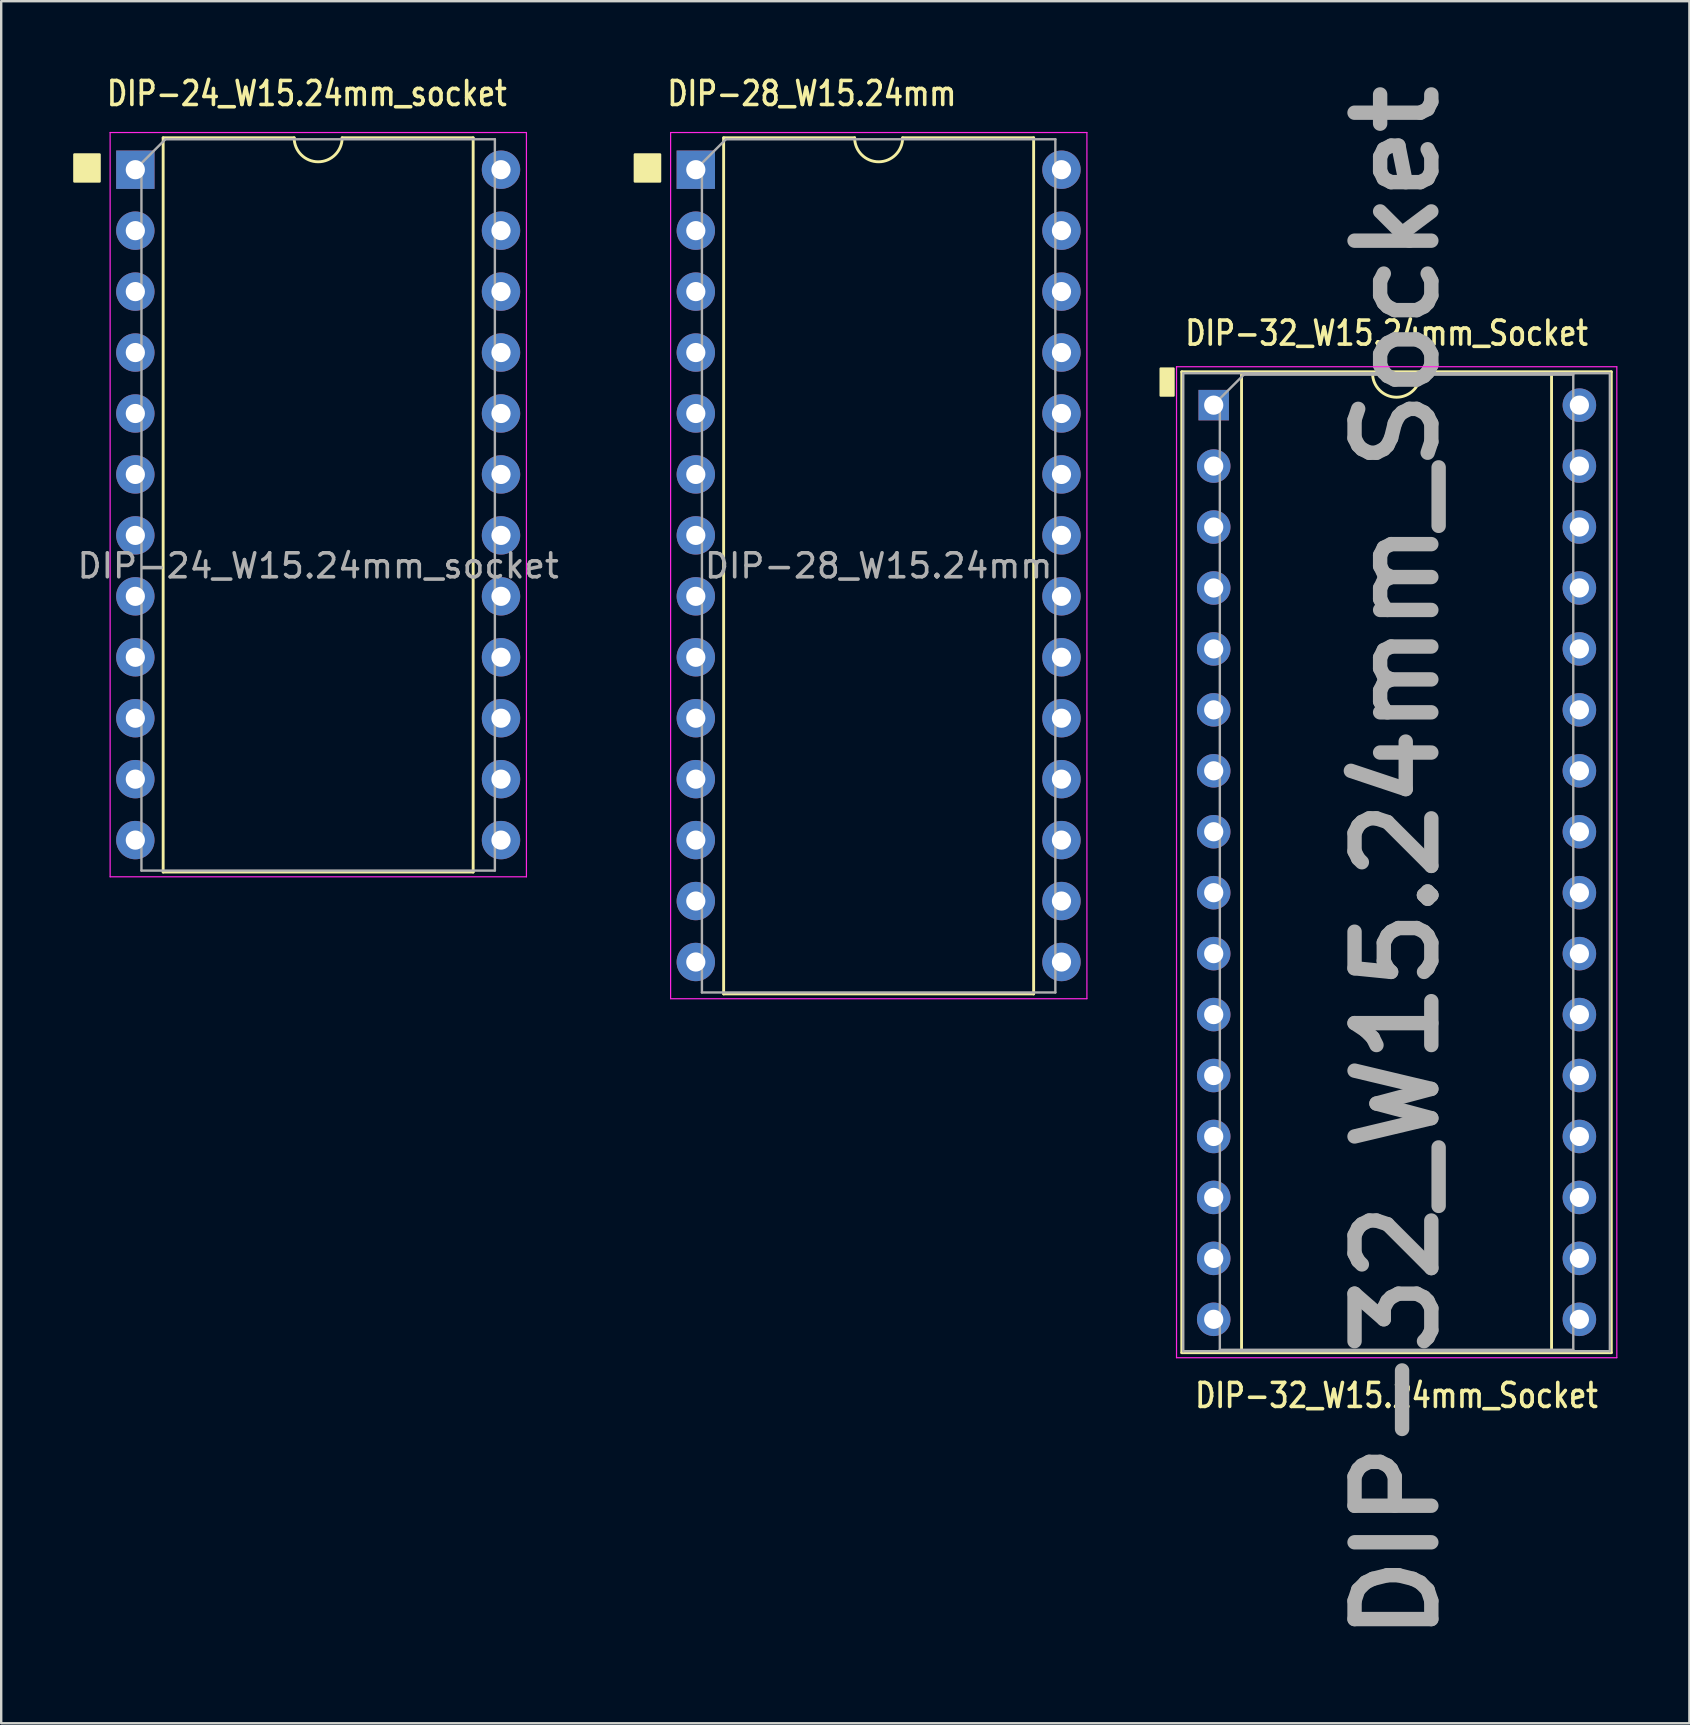
<source format=kicad_pcb>
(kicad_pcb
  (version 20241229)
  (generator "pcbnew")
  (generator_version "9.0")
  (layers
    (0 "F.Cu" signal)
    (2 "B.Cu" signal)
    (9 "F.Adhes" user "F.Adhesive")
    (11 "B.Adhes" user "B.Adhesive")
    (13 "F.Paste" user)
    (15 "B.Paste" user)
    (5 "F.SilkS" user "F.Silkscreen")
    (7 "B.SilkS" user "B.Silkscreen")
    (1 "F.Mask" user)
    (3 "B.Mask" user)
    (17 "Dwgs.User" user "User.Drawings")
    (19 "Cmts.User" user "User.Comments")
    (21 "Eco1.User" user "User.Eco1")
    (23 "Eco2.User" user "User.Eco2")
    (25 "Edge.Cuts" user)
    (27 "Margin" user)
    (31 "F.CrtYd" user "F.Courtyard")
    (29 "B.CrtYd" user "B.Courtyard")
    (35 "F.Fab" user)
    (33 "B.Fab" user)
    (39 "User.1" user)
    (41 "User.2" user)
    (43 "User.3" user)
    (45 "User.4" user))
  (footprint "DIP-28_W15.24mm"
    (layer "F.Cu")
    (at 25.949 4.023)
    (property "Reference" "DIP-28_W15.24mm" (at -1.27 -3.175 180) (layer "F.SilkS") (effects (font (size 1 0.83) (thickness 0.15)) (justify left)))
    (attr through_hole)
    (fp_line (start 1.16 -1.33) (end 1.16 34.35) (stroke (width 0.12) (type solid)) (layer "F.SilkS"))
    (fp_line (start 1.16 34.35) (end 14.08 34.35) (stroke (width 0.12) (type solid)) (layer "F.SilkS"))
    (fp_line (start 6.62 -1.33) (end 1.16 -1.33) (stroke (width 0.12) (type solid)) (layer "F.SilkS"))
    (fp_line (start 14.08 -1.33) (end 8.62 -1.33) (stroke (width 0.12) (type solid)) (layer "F.SilkS"))
    (fp_line (start 14.08 34.35) (end 14.08 -1.33) (stroke (width 0.12) (type solid)) (layer "F.SilkS"))
    (fp_arc (start 8.62 -1.33) (mid 7.62 -0.33) (end 6.62 -1.33) (stroke (width 0.12) (type solid)) (layer "F.SilkS"))
    (fp_poly (pts (xy -2.54 -0.635) (xy -2.54 0.49) (xy -1.49 0.49) (xy -1.49 -0.635)) (stroke (width 0.1) (type solid)) (fill yes) (layer "F.SilkS"))
    (fp_line (start -1.05 -1.55) (end -1.05 34.55) (stroke (width 0.05) (type solid)) (layer "F.CrtYd"))
    (fp_line (start -1.05 34.55) (end 16.3 34.55) (stroke (width 0.05) (type solid)) (layer "F.CrtYd"))
    (fp_line (start 16.3 -1.55) (end -1.05 -1.55) (stroke (width 0.05) (type solid)) (layer "F.CrtYd"))
    (fp_line (start 16.3 34.55) (end 16.3 -1.55) (stroke (width 0.05) (type solid)) (layer "F.CrtYd"))
    (fp_line (start 0.255 -0.27) (end 1.255 -1.27) (stroke (width 0.1) (type solid)) (layer "F.Fab"))
    (fp_line (start 0.255 34.29) (end 0.255 -0.27) (stroke (width 0.1) (type solid)) (layer "F.Fab"))
    (fp_line (start 1.255 -1.27) (end 14.985 -1.27) (stroke (width 0.1) (type solid)) (layer "F.Fab"))
    (fp_line (start 14.985 -1.27) (end 14.985 34.29) (stroke (width 0.1) (type solid)) (layer "F.Fab"))
    (fp_line (start 14.985 34.29) (end 0.255 34.29) (stroke (width 0.1) (type solid)) (layer "F.Fab"))
    (fp_text user "${REFERENCE}" (at 7.62 16.51 0) (layer "F.Fab") (effects (font (size 1 1) (thickness 0.15))))
    (pad "1" thru_hole rect (at 0 0) (size 1.6 1.6) (drill 0.8) (layers "*.Cu" "*.Mask"))
    (pad "2" thru_hole oval (at 0 2.54) (size 1.6 1.6) (drill 0.8) (layers "*.Cu" "*.Mask"))
    (pad "3" thru_hole oval (at 0 5.08) (size 1.6 1.6) (drill 0.8) (layers "*.Cu" "*.Mask"))
    (pad "4" thru_hole oval (at 0 7.62) (size 1.6 1.6) (drill 0.8) (layers "*.Cu" "*.Mask"))
    (pad "5" thru_hole oval (at 0 10.16) (size 1.6 1.6) (drill 0.8) (layers "*.Cu" "*.Mask"))
    (pad "6" thru_hole oval (at 0 12.7) (size 1.6 1.6) (drill 0.8) (layers "*.Cu" "*.Mask"))
    (pad "7" thru_hole oval (at 0 15.24) (size 1.6 1.6) (drill 0.8) (layers "*.Cu" "*.Mask"))
    (pad "8" thru_hole oval (at 0 17.78) (size 1.6 1.6) (drill 0.8) (layers "*.Cu" "*.Mask"))
    (pad "9" thru_hole oval (at 0 20.32) (size 1.6 1.6) (drill 0.8) (layers "*.Cu" "*.Mask"))
    (pad "10" thru_hole oval (at 0 22.86) (size 1.6 1.6) (drill 0.8) (layers "*.Cu" "*.Mask"))
    (pad "11" thru_hole oval (at 0 25.4) (size 1.6 1.6) (drill 0.8) (layers "*.Cu" "*.Mask"))
    (pad "12" thru_hole oval (at 0 27.94) (size 1.6 1.6) (drill 0.8) (layers "*.Cu" "*.Mask"))
    (pad "13" thru_hole oval (at 0 30.48) (size 1.6 1.6) (drill 0.8) (layers "*.Cu" "*.Mask"))
    (pad "14" thru_hole oval (at 0 33.02) (size 1.6 1.6) (drill 0.8) (layers "*.Cu" "*.Mask"))
    (pad "15" thru_hole oval (at 15.24 33.02) (size 1.6 1.6) (drill 0.8) (layers "*.Cu" "*.Mask"))
    (pad "16" thru_hole oval (at 15.24 30.48) (size 1.6 1.6) (drill 0.8) (layers "*.Cu" "*.Mask"))
    (pad "17" thru_hole oval (at 15.24 27.94) (size 1.6 1.6) (drill 0.8) (layers "*.Cu" "*.Mask"))
    (pad "18" thru_hole oval (at 15.24 25.4) (size 1.6 1.6) (drill 0.8) (layers "*.Cu" "*.Mask"))
    (pad "19" thru_hole oval (at 15.24 22.86) (size 1.6 1.6) (drill 0.8) (layers "*.Cu" "*.Mask"))
    (pad "20" thru_hole oval (at 15.24 20.32) (size 1.6 1.6) (drill 0.8) (layers "*.Cu" "*.Mask"))
    (pad "21" thru_hole oval (at 15.24 17.78) (size 1.6 1.6) (drill 0.8) (layers "*.Cu" "*.Mask"))
    (pad "22" thru_hole oval (at 15.24 15.24) (size 1.6 1.6) (drill 0.8) (layers "*.Cu" "*.Mask"))
    (pad "23" thru_hole oval (at 15.24 12.7) (size 1.6 1.6) (drill 0.8) (layers "*.Cu" "*.Mask"))
    (pad "24" thru_hole oval (at 15.24 10.16) (size 1.6 1.6) (drill 0.8) (layers "*.Cu" "*.Mask"))
    (pad "25" thru_hole oval (at 15.24 7.62) (size 1.6 1.6) (drill 0.8) (layers "*.Cu" "*.Mask"))
    (pad "26" thru_hole oval (at 15.24 5.08) (size 1.6 1.6) (drill 0.8) (layers "*.Cu" "*.Mask"))
    (pad "27" thru_hole oval (at 15.24 2.54) (size 1.6 1.6) (drill 0.8) (layers "*.Cu" "*.Mask"))
    (pad "28" thru_hole oval (at 15.24 0) (size 1.6 1.6) (drill 0.8) (layers "*.Cu" "*.Mask")))
  (footprint "DIP-32_W15.24mm_Socket"
    (layer "F.Cu")
    (at 47.534 13.835)
    (property "Reference" "DIP-32_W15.24mm_Socket" (at -1.27 -3 0) (layer "F.SilkS") (effects (font (size 1 0.83) (thickness 0.15)) (justify left)))
    (property "Value" "DIP-32_W15.24mm_Socket" (at 7.62 41.275 0) (layer "F.Fab") (hide yes) (effects (font (size 1 0.83) (thickness 0.15))))
    (attr through_hole)
    (fp_line (start -1.33 -1.39) (end -1.33 39.49) (stroke (width 0.12) (type solid)) (layer "F.SilkS"))
    (fp_line (start -1.33 39.49) (end 16.57 39.49) (stroke (width 0.12) (type solid)) (layer "F.SilkS"))
    (fp_line (start 1.16 -1.33) (end 1.16 39.43) (stroke (width 0.12) (type solid)) (layer "F.SilkS"))
    (fp_line (start 1.16 39.43) (end 14.08 39.43) (stroke (width 0.12) (type solid)) (layer "F.SilkS"))
    (fp_line (start 6.62 -1.33) (end 1.16 -1.33) (stroke (width 0.12) (type solid)) (layer "F.SilkS"))
    (fp_line (start 14.08 -1.33) (end 8.62 -1.33) (stroke (width 0.12) (type solid)) (layer "F.SilkS"))
    (fp_line (start 14.08 39.43) (end 14.08 -1.33) (stroke (width 0.12) (type solid)) (layer "F.SilkS"))
    (fp_line (start 16.57 -1.39) (end -1.33 -1.39) (stroke (width 0.12) (type solid)) (layer "F.SilkS"))
    (fp_line (start 16.57 39.49) (end 16.57 -1.39) (stroke (width 0.12) (type solid)) (layer "F.SilkS"))
    (fp_arc (start 8.62 -1.33) (mid 7.62 -0.33) (end 6.62 -1.33) (stroke (width 0.12) (type solid)) (layer "F.SilkS"))
    (fp_poly (pts (xy -2.21 -1.524) (xy -2.21 -0.399) (xy -1.676 -0.399) (xy -1.676 -1.524)) (stroke (width 0.1) (type solid)) (fill yes) (layer "F.SilkS"))
    (fp_line (start -1.55 -1.6) (end -1.55 39.7) (stroke (width 0.05) (type solid)) (layer "F.CrtYd"))
    (fp_line (start -1.55 39.7) (end 16.8 39.7) (stroke (width 0.05) (type solid)) (layer "F.CrtYd"))
    (fp_line (start 16.8 -1.6) (end -1.55 -1.6) (stroke (width 0.05) (type solid)) (layer "F.CrtYd"))
    (fp_line (start 16.8 39.7) (end 16.8 -1.6) (stroke (width 0.05) (type solid)) (layer "F.CrtYd"))
    (fp_line (start -1.27 -1.33) (end -1.27 39.43) (stroke (width 0.1) (type solid)) (layer "F.Fab"))
    (fp_line (start -1.27 39.43) (end 16.51 39.43) (stroke (width 0.1) (type solid)) (layer "F.Fab"))
    (fp_line (start 0.255 -0.27) (end 1.255 -1.27) (stroke (width 0.1) (type solid)) (layer "F.Fab"))
    (fp_line (start 0.255 39.37) (end 0.255 -0.27) (stroke (width 0.1) (type solid)) (layer "F.Fab"))
    (fp_line (start 1.255 -1.27) (end 14.985 -1.27) (stroke (width 0.1) (type solid)) (layer "F.Fab"))
    (fp_line (start 14.985 -1.27) (end 14.985 39.37) (stroke (width 0.1) (type solid)) (layer "F.Fab"))
    (fp_line (start 14.985 39.37) (end 0.255 39.37) (stroke (width 0.1) (type solid)) (layer "F.Fab"))
    (fp_line (start 16.51 -1.33) (end -1.27 -1.33) (stroke (width 0.1) (type solid)) (layer "F.Fab"))
    (fp_line (start 16.51 39.43) (end 16.51 -1.33) (stroke (width 0.1) (type solid)) (layer "F.Fab"))
    (fp_text user "${VALUE}" (at 7.62 41.275 0) (layer "F.SilkS") (effects (font (size 1 0.83) (thickness 0.15))))
    (fp_text user "${REFERENCE}" (at 7.62 19.05 90) (layer "F.Fab") (effects (font (size 3.2 3.2) (thickness 0.6))))
    (pad "1" thru_hole rect (at 0 0) (size 1.27 1.27) (drill 0.8) (layers "*.Cu" "*.Mask"))
    (pad "2" thru_hole oval (at 0 2.54) (size 1.397 1.397) (drill 0.8) (layers "*.Cu" "*.Mask"))
    (pad "3" thru_hole oval (at 0 5.08) (size 1.397 1.397) (drill 0.8) (layers "*.Cu" "*.Mask"))
    (pad "4" thru_hole oval (at 0 7.62) (size 1.397 1.397) (drill 0.8) (layers "*.Cu" "*.Mask"))
    (pad "5" thru_hole oval (at 0 10.16) (size 1.397 1.397) (drill 0.8) (layers "*.Cu" "*.Mask"))
    (pad "6" thru_hole oval (at 0 12.7) (size 1.397 1.397) (drill 0.8) (layers "*.Cu" "*.Mask"))
    (pad "7" thru_hole oval (at 0 15.24) (size 1.397 1.397) (drill 0.8) (layers "*.Cu" "*.Mask"))
    (pad "8" thru_hole oval (at 0 17.78) (size 1.397 1.397) (drill 0.8) (layers "*.Cu" "*.Mask"))
    (pad "9" thru_hole oval (at 0 20.32) (size 1.397 1.397) (drill 0.8) (layers "*.Cu" "*.Mask"))
    (pad "10" thru_hole oval (at 0 22.86) (size 1.397 1.397) (drill 0.8) (layers "*.Cu" "*.Mask"))
    (pad "11" thru_hole oval (at 0 25.4) (size 1.397 1.397) (drill 0.8) (layers "*.Cu" "*.Mask"))
    (pad "12" thru_hole oval (at 0 27.94) (size 1.397 1.397) (drill 0.8) (layers "*.Cu" "*.Mask"))
    (pad "13" thru_hole oval (at 0 30.48) (size 1.397 1.397) (drill 0.8) (layers "*.Cu" "*.Mask"))
    (pad "14" thru_hole oval (at 0 33.02) (size 1.397 1.397) (drill 0.8) (layers "*.Cu" "*.Mask"))
    (pad "15" thru_hole oval (at 0 35.56) (size 1.397 1.397) (drill 0.8) (layers "*.Cu" "*.Mask"))
    (pad "16" thru_hole oval (at 0 38.1) (size 1.397 1.397) (drill 0.8) (layers "*.Cu" "*.Mask"))
    (pad "17" thru_hole oval (at 15.24 38.1) (size 1.397 1.397) (drill 0.8) (layers "*.Cu" "*.Mask"))
    (pad "18" thru_hole oval (at 15.24 35.56) (size 1.397 1.397) (drill 0.8) (layers "*.Cu" "*.Mask"))
    (pad "19" thru_hole oval (at 15.24 33.02) (size 1.397 1.397) (drill 0.8) (layers "*.Cu" "*.Mask"))
    (pad "20" thru_hole oval (at 15.24 30.48) (size 1.397 1.397) (drill 0.8) (layers "*.Cu" "*.Mask"))
    (pad "21" thru_hole oval (at 15.24 27.94) (size 1.397 1.397) (drill 0.8) (layers "*.Cu" "*.Mask"))
    (pad "22" thru_hole oval (at 15.24 25.4) (size 1.397 1.397) (drill 0.8) (layers "*.Cu" "*.Mask"))
    (pad "23" thru_hole oval (at 15.24 22.86) (size 1.397 1.397) (drill 0.8) (layers "*.Cu" "*.Mask"))
    (pad "24" thru_hole oval (at 15.24 20.32) (size 1.397 1.397) (drill 0.8) (layers "*.Cu" "*.Mask"))
    (pad "25" thru_hole oval (at 15.24 17.78) (size 1.397 1.397) (drill 0.8) (layers "*.Cu" "*.Mask"))
    (pad "26" thru_hole oval (at 15.24 15.24) (size 1.397 1.397) (drill 0.8) (layers "*.Cu" "*.Mask"))
    (pad "27" thru_hole oval (at 15.24 12.7) (size 1.397 1.397) (drill 0.8) (layers "*.Cu" "*.Mask"))
    (pad "28" thru_hole oval (at 15.24 10.16) (size 1.397 1.397) (drill 0.8) (layers "*.Cu" "*.Mask"))
    (pad "29" thru_hole oval (at 15.24 7.62) (size 1.397 1.397) (drill 0.8) (layers "*.Cu" "*.Mask"))
    (pad "30" thru_hole oval (at 15.24 5.08) (size 1.397 1.397) (drill 0.8) (layers "*.Cu" "*.Mask"))
    (pad "31" thru_hole oval (at 15.24 2.54) (size 1.397 1.397) (drill 0.8) (layers "*.Cu" "*.Mask"))
    (pad "32" thru_hole oval (at 15.24 0) (size 1.397 1.397) (drill 0.8) (layers "*.Cu" "*.Mask")))
  (footprint "DIP-24_W15.24mm_socket"
    (layer "F.Cu")
    (at 2.59 4.023)
    (property "Reference" "DIP-24_W15.24mm_socket" (at -1.27 -3.175 180) (layer "F.SilkS") (effects (font (size 1 0.83) (thickness 0.15)) (justify left)))
    (attr through_hole)
    (fp_line (start 1.16 -1.33) (end 1.16 29.27) (stroke (width 0.12) (type solid)) (layer "F.SilkS"))
    (fp_line (start 1.16 29.27) (end 14.08 29.27) (stroke (width 0.12) (type solid)) (layer "F.SilkS"))
    (fp_line (start 6.62 -1.33) (end 1.16 -1.33) (stroke (width 0.12) (type solid)) (layer "F.SilkS"))
    (fp_line (start 14.08 -1.33) (end 8.62 -1.33) (stroke (width 0.12) (type solid)) (layer "F.SilkS"))
    (fp_line (start 14.08 29.27) (end 14.08 -1.33) (stroke (width 0.12) (type solid)) (layer "F.SilkS"))
    (fp_arc (start 8.62 -1.33) (mid 7.62 -0.33) (end 6.62 -1.33) (stroke (width 0.12) (type solid)) (layer "F.SilkS"))
    (fp_poly (pts (xy -2.54 -0.635) (xy -2.54 0.49) (xy -1.49 0.49) (xy -1.49 -0.635)) (stroke (width 0.1) (type solid)) (fill yes) (layer "F.SilkS"))
    (fp_line (start -1.05 -1.55) (end -1.05 29.47) (stroke (width 0.05) (type solid)) (layer "F.CrtYd"))
    (fp_line (start -1.05 29.47) (end 16.3 29.47) (stroke (width 0.05) (type solid)) (layer "F.CrtYd"))
    (fp_line (start 16.3 -1.55) (end -1.05 -1.55) (stroke (width 0.05) (type solid)) (layer "F.CrtYd"))
    (fp_line (start 16.3 29.47) (end 16.3 -1.55) (stroke (width 0.05) (type solid)) (layer "F.CrtYd"))
    (fp_line (start 0.255 -0.27) (end 1.255 -1.27) (stroke (width 0.1) (type solid)) (layer "F.Fab"))
    (fp_line (start 0.255 29.21) (end 0.255 -0.27) (stroke (width 0.1) (type solid)) (layer "F.Fab"))
    (fp_line (start 1.255 -1.27) (end 14.985 -1.27) (stroke (width 0.1) (type solid)) (layer "F.Fab"))
    (fp_line (start 14.985 -1.27) (end 14.985 29.21) (stroke (width 0.1) (type solid)) (layer "F.Fab"))
    (fp_line (start 14.985 29.21) (end 0.255 29.21) (stroke (width 0.1) (type solid)) (layer "F.Fab"))
    (fp_text user "${REFERENCE}" (at 7.62 16.51 0) (layer "F.Fab") (effects (font (size 1 1) (thickness 0.15))))
    (pad "1" thru_hole rect (at 0 0) (size 1.6 1.6) (drill 0.8) (layers "*.Cu" "*.Mask"))
    (pad "2" thru_hole oval (at 0 2.54) (size 1.6 1.6) (drill 0.8) (layers "*.Cu" "*.Mask"))
    (pad "3" thru_hole oval (at 0 5.08) (size 1.6 1.6) (drill 0.8) (layers "*.Cu" "*.Mask"))
    (pad "4" thru_hole oval (at 0 7.62) (size 1.6 1.6) (drill 0.8) (layers "*.Cu" "*.Mask"))
    (pad "5" thru_hole oval (at 0 10.16) (size 1.6 1.6) (drill 0.8) (layers "*.Cu" "*.Mask"))
    (pad "6" thru_hole oval (at 0 12.7) (size 1.6 1.6) (drill 0.8) (layers "*.Cu" "*.Mask"))
    (pad "7" thru_hole oval (at 0 15.24) (size 1.6 1.6) (drill 0.8) (layers "*.Cu" "*.Mask"))
    (pad "8" thru_hole oval (at 0 17.78) (size 1.6 1.6) (drill 0.8) (layers "*.Cu" "*.Mask"))
    (pad "9" thru_hole oval (at 0 20.32) (size 1.6 1.6) (drill 0.8) (layers "*.Cu" "*.Mask"))
    (pad "10" thru_hole oval (at 0 22.86) (size 1.6 1.6) (drill 0.8) (layers "*.Cu" "*.Mask"))
    (pad "11" thru_hole oval (at 0 25.4) (size 1.6 1.6) (drill 0.8) (layers "*.Cu" "*.Mask"))
    (pad "12" thru_hole oval (at 0 27.94) (size 1.6 1.6) (drill 0.8) (layers "*.Cu" "*.Mask"))
    (pad "17" thru_hole oval (at 15.24 27.94) (size 1.6 1.6) (drill 0.8) (layers "*.Cu" "*.Mask"))
    (pad "18" thru_hole oval (at 15.24 25.4) (size 1.6 1.6) (drill 0.8) (layers "*.Cu" "*.Mask"))
    (pad "19" thru_hole oval (at 15.24 22.86) (size 1.6 1.6) (drill 0.8) (layers "*.Cu" "*.Mask"))
    (pad "20" thru_hole oval (at 15.24 20.32) (size 1.6 1.6) (drill 0.8) (layers "*.Cu" "*.Mask"))
    (pad "21" thru_hole oval (at 15.24 17.78) (size 1.6 1.6) (drill 0.8) (layers "*.Cu" "*.Mask"))
    (pad "22" thru_hole oval (at 15.24 15.24) (size 1.6 1.6) (drill 0.8) (layers "*.Cu" "*.Mask"))
    (pad "23" thru_hole oval (at 15.24 12.7) (size 1.6 1.6) (drill 0.8) (layers "*.Cu" "*.Mask"))
    (pad "24" thru_hole oval (at 15.24 10.16) (size 1.6 1.6) (drill 0.8) (layers "*.Cu" "*.Mask"))
    (pad "25" thru_hole oval (at 15.24 7.62) (size 1.6 1.6) (drill 0.8) (layers "*.Cu" "*.Mask"))
    (pad "26" thru_hole oval (at 15.24 5.08) (size 1.6 1.6) (drill 0.8) (layers "*.Cu" "*.Mask"))
    (pad "27" thru_hole oval (at 15.24 2.54) (size 1.6 1.6) (drill 0.8) (layers "*.Cu" "*.Mask"))
    (pad "28" thru_hole oval (at 15.24 0) (size 1.6 1.6) (drill 0.8) (layers "*.Cu" "*.Mask")))
  (gr_rect
    (start -3 -3)
    (end 67.359 68.77)
    (stroke (width 0.1) (type default))
    (fill no)
    (layer "Edge.Cuts")))
</source>
